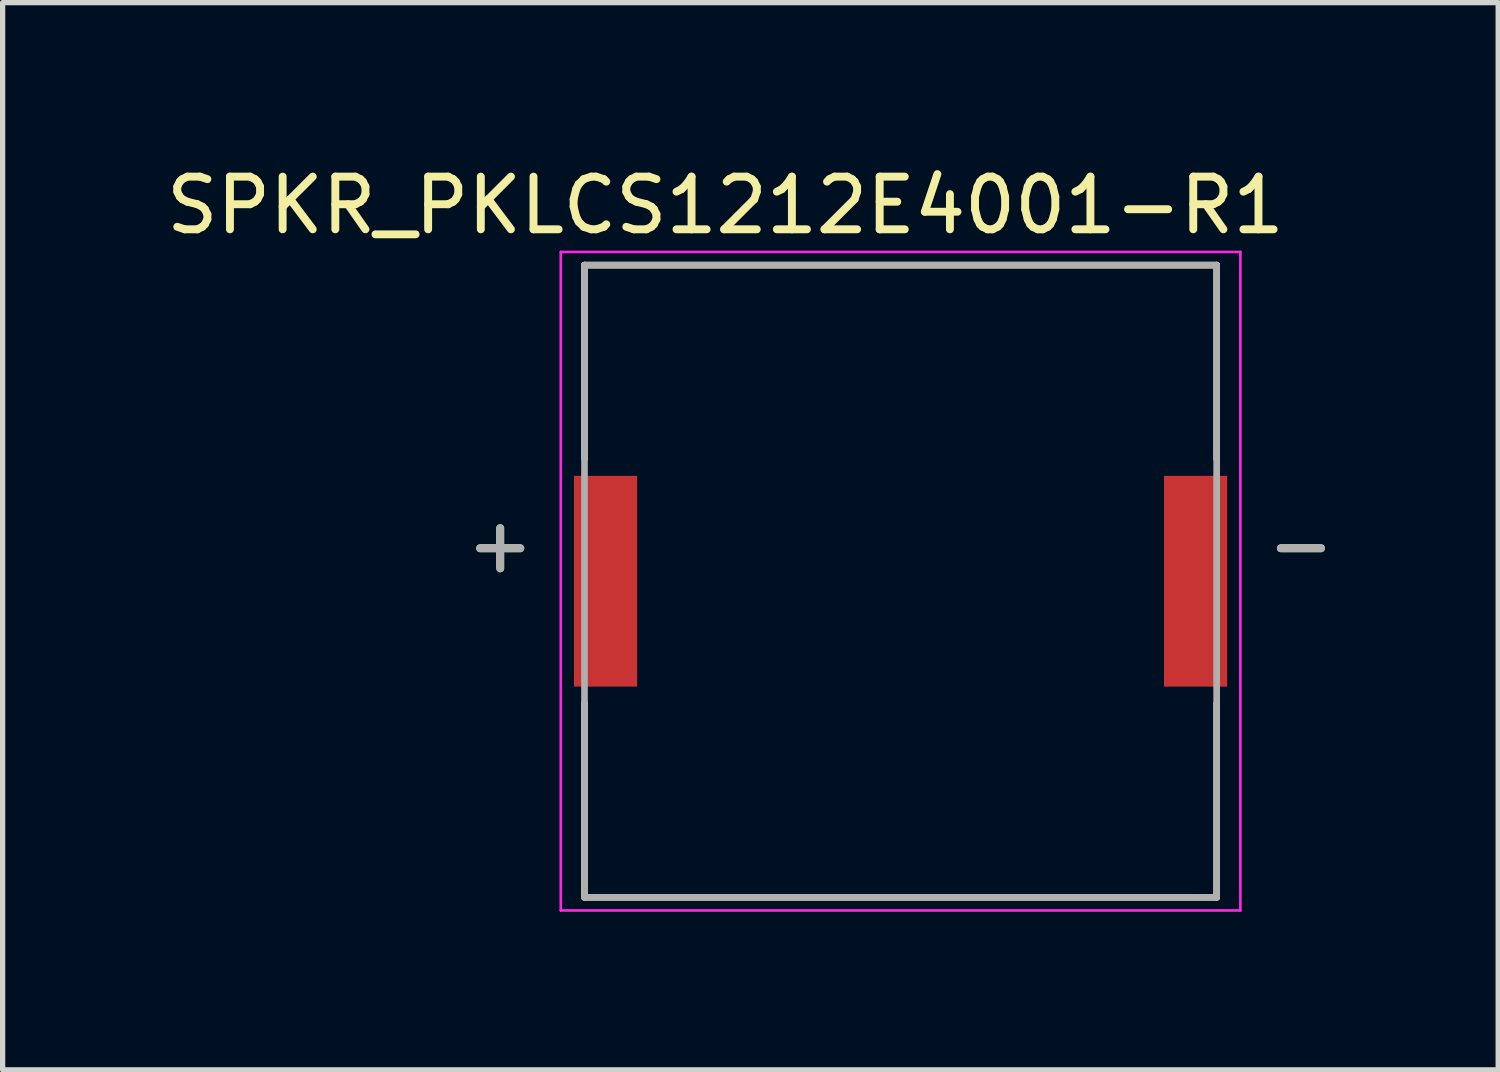
<source format=kicad_pcb>
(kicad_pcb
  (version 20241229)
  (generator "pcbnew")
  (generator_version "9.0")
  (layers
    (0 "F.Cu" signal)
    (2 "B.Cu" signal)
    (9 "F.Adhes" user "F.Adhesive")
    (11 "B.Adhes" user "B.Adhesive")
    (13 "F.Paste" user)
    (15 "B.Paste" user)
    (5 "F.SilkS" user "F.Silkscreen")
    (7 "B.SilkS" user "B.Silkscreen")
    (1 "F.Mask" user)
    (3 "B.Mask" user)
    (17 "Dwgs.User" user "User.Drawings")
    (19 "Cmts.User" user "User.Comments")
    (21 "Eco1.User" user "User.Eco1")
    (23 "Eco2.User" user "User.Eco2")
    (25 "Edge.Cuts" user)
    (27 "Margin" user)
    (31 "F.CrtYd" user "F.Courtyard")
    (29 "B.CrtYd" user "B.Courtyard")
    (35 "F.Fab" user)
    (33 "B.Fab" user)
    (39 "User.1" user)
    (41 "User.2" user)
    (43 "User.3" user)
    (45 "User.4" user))
  (footprint "SPKR_PKLCS1212E4001-R1"
    (layer "F.Cu")
    (at 14.045 7.983)
    (property "Reference" "SPKR_PKLCS1212E4001-R1" (at -3.325 -7.135 0) (layer "F.SilkS") (effects (font (size 1 1) (thickness 0.15))))
    (attr smd)
    (fp_line (start -6 -6) (end -6 -2.32) (stroke (width 0.127) (type solid)) (layer "F.SilkS"))
    (fp_line (start -6 -6) (end 6 -6) (stroke (width 0.127) (type solid)) (layer "F.SilkS"))
    (fp_line (start -6 6) (end -6 2.32) (stroke (width 0.127) (type solid)) (layer "F.SilkS"))
    (fp_line (start -6 6) (end 6 6) (stroke (width 0.127) (type solid)) (layer "F.SilkS"))
    (fp_line (start 6 -6) (end 6 -2.32) (stroke (width 0.127) (type solid)) (layer "F.SilkS"))
    (fp_line (start 6 6) (end 6 2.32) (stroke (width 0.127) (type solid)) (layer "F.SilkS"))
    (fp_line (start -6.45 -6.25) (end 6.45 -6.25) (stroke (width 0.05) (type solid)) (layer "F.CrtYd"))
    (fp_line (start -6.45 6.25) (end -6.45 -6.25) (stroke (width 0.05) (type solid)) (layer "F.CrtYd"))
    (fp_line (start 6.45 -6.25) (end 6.45 6.25) (stroke (width 0.05) (type solid)) (layer "F.CrtYd"))
    (fp_line (start 6.45 6.25) (end -6.45 6.25) (stroke (width 0.05) (type solid)) (layer "F.CrtYd"))
    (fp_line (start -6 -6) (end 6 -6) (stroke (width 0.127) (type solid)) (layer "F.Fab"))
    (fp_line (start -6 6) (end -6 -6) (stroke (width 0.127) (type solid)) (layer "F.Fab"))
    (fp_line (start 6 -6) (end 6 6) (stroke (width 0.127) (type solid)) (layer "F.Fab"))
    (fp_line (start 6 6) (end -6 6) (stroke (width 0.127) (type solid)) (layer "F.Fab"))
    (fp_text user "-" (at 7.6 -0.7 0) (layer "F.SilkS") (effects (font (size 1 1) (thickness 0.15))))
    (fp_text user "+" (at -7.6 -0.7 0) (layer "F.SilkS") (effects (font (size 1 1) (thickness 0.15))))
    (fp_text user "-" (at 7.6 -0.7 0) (layer "F.Fab") (effects (font (size 1 1) (thickness 0.15))))
    (fp_text user "+" (at -7.6 -0.7 0) (layer "F.Fab") (effects (font (size 1 1) (thickness 0.15))))
    (pad "N" smd rect (at 5.6 0) (size 1.2 4) (layers "F.Cu" "F.Mask" "F.Paste"))
    (pad "P" smd rect (at -5.6 0) (size 1.2 4) (layers "F.Cu" "F.Mask" "F.Paste")))
  (gr_rect
    (start -3 -3)
    (end 25.389 17.258)
    (stroke (width 0.1) (type default))
    (fill no)
    (layer "Edge.Cuts")))
</source>
